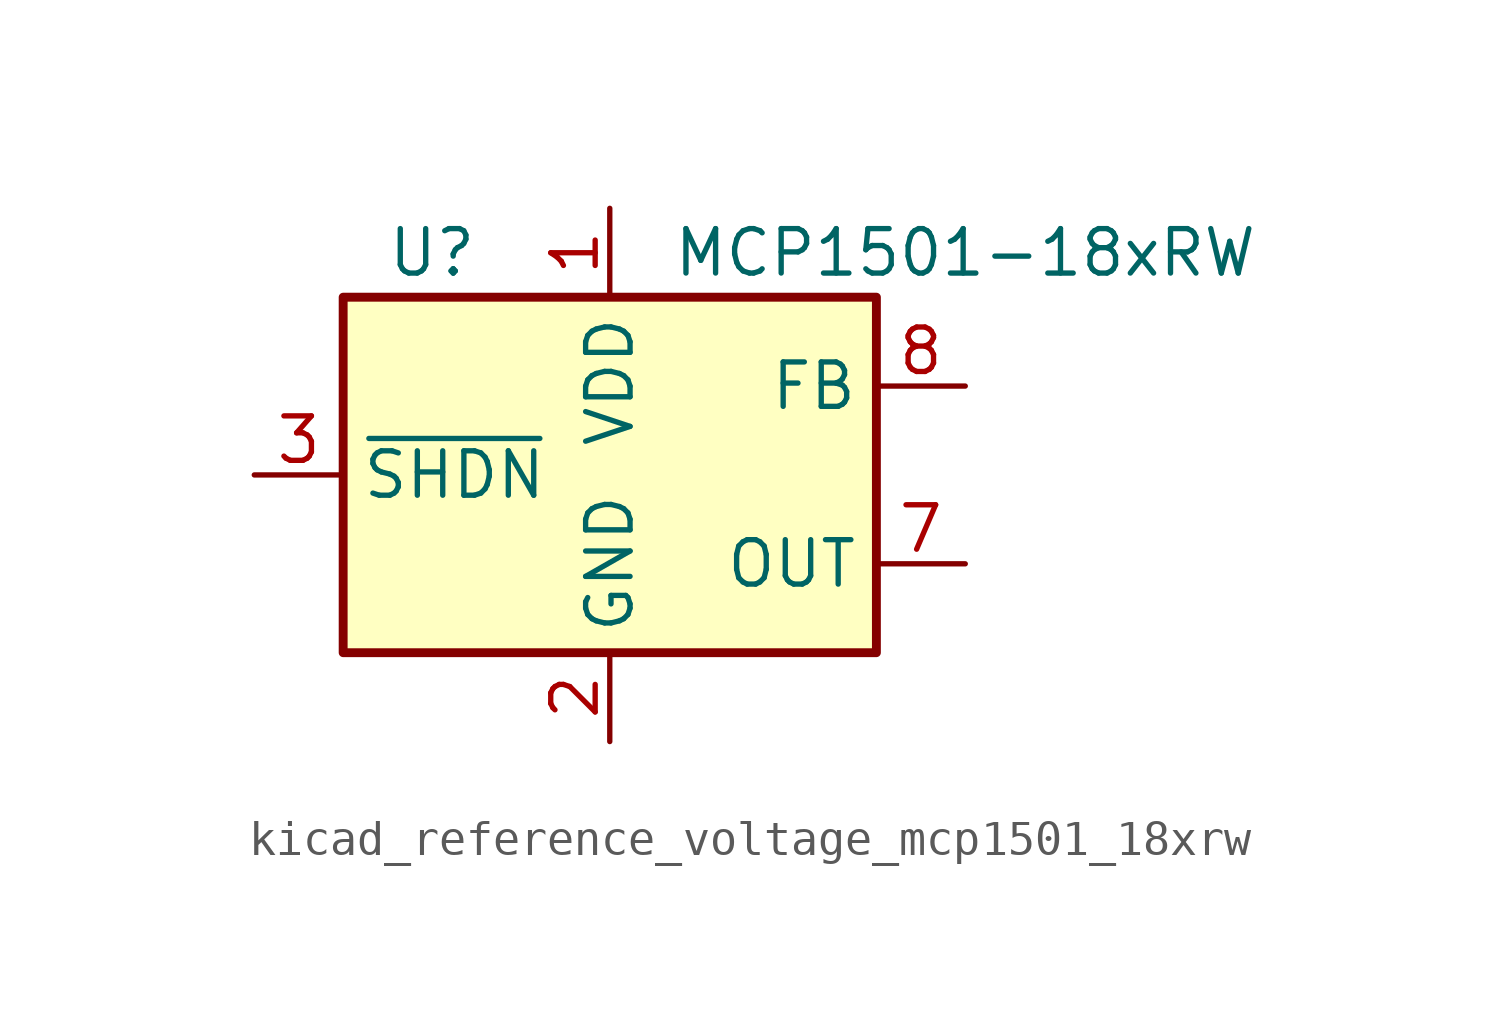
<source format=kicad_sym>
(kicad_symbol_lib
  (version 20220914)
  (generator kicad_symbol_editor)
  (symbol "kicad_reference_voltage_mcp1501_18xrw"
    (property "Reference" "U"
      (at -5.08 6.35 0)
      (effects (font (size 1.27 1.27))))
    (property "Value" "MCP1501-18xRW"
      (at 10.16 6.35 0)
      (effects (font (size 1.27 1.27))))
    (symbol "kicad_reference_voltage_mcp1501_18xrw_0_0"
      (pin power_in line (at 0 7.62 270) (length 2.54) (name "VDD" (effects (font (size 1.27 1.27)))) (number "1" (effects (font (size 1.27 1.27)))))
      (pin power_in line (at 0 -7.62 90) (length 2.54) (name "GND" (effects (font (size 1.27 1.27)))) (number "2" (effects (font (size 1.27 1.27)))))
      (pin input line (at -10.16 0 0) (length 2.54) (name "~{SHDN}" (effects (font (size 1.27 1.27)))) (number "3" (effects (font (size 1.27 1.27)))))
      (pin passive line (at 0 -7.62 90) (length 2.54) hide (name "GND" (effects (font (size 1.27 1.27)))) (number "4" (effects (font (size 1.27 1.27)))))
      (pin passive line (at 0 -7.62 90) (length 2.54) hide (name "GND" (effects (font (size 1.27 1.27)))) (number "5" (effects (font (size 1.27 1.27)))))
      (pin passive line (at 0 -7.62 90) (length 2.54) hide (name "GND" (effects (font (size 1.27 1.27)))) (number "6" (effects (font (size 1.27 1.27)))))
      (pin power_out line (at 10.16 -2.54 180) (length 2.54) (name "OUT" (effects (font (size 1.27 1.27)))) (number "7" (effects (font (size 1.27 1.27)))))
      (pin input line (at 10.16 2.54 180) (length 2.54) (name "FB" (effects (font (size 1.27 1.27)))) (number "8" (effects (font (size 1.27 1.27))))))
    (symbol "kicad_reference_voltage_mcp1501_18xrw_0_1"
      (rectangle (start -7.62 5.08) (end 7.62 -5.08) (stroke (width 0.254) (type default)) (fill (type background))))))
</source>
